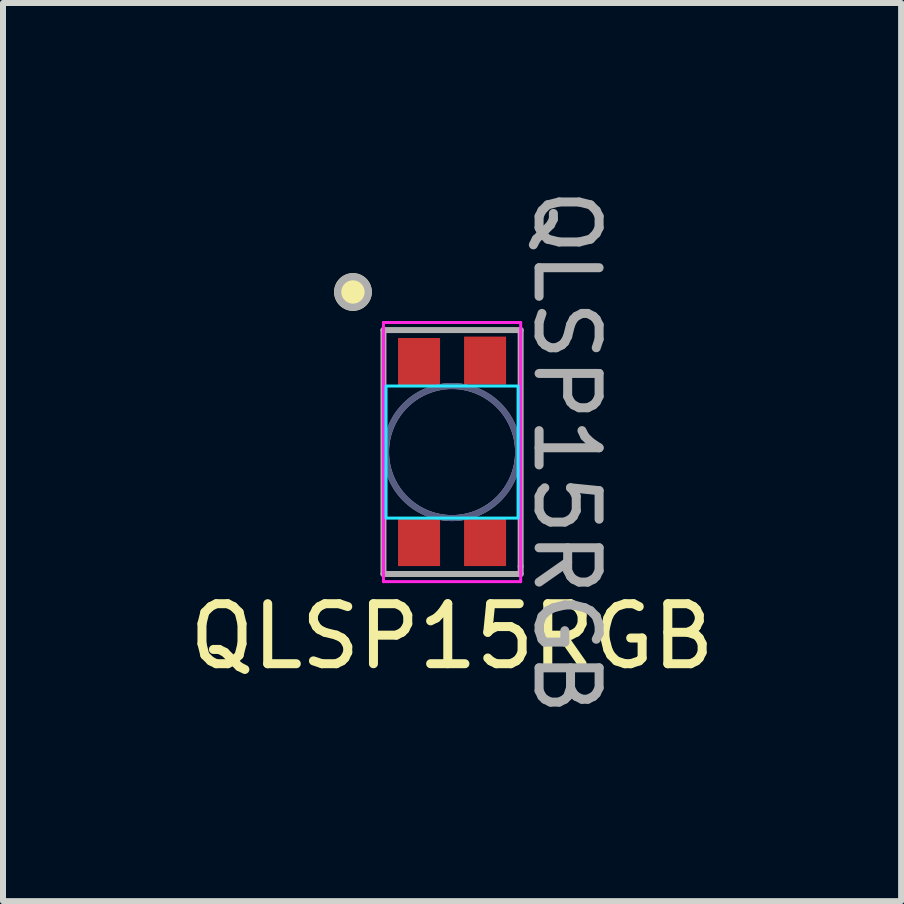
<source format=kicad_pcb>
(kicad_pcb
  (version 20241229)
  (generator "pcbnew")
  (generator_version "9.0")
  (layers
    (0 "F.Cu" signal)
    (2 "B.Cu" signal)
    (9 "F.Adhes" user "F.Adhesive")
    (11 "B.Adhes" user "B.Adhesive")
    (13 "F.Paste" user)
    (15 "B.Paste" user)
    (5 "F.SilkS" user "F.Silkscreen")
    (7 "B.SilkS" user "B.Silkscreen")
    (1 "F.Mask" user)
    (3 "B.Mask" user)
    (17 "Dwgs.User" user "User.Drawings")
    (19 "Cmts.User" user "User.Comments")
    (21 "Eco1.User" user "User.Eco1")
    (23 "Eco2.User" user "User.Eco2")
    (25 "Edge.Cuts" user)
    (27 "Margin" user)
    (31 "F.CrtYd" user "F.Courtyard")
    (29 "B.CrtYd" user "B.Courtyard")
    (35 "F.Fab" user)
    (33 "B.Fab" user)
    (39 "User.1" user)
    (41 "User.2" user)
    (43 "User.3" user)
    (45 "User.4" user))
  (footprint "QLSP15RGB"
    (layer "F.Cu")
    (at 4.482 4.482)
    (property "Reference" "QLSP15RGB" (at 0 3.072 0) (unlocked yes) (layer "F.SilkS") (effects (font (size 1 1) (thickness 0.15))))
    (attr smd)
    (fp_circle (center -1.651 -2.667) (end -1.397 -2.667) (stroke (width 0.12) (type solid)) (fill yes) (layer "F.SilkS"))
    (fp_rect (start -1.1 -1.1) (end 1.1 1.1) (stroke (width 0.05) (type default)) (fill no) (layer "B.CrtYd"))
    (fp_line (start -1.143 -2.159) (end -1.143 2.159) (stroke (width 0.05) (type default)) (layer "F.CrtYd"))
    (fp_line (start -1.143 2.159) (end 1.143 2.159) (stroke (width 0.05) (type default)) (layer "F.CrtYd"))
    (fp_line (start 1.143 -2.159) (end -1.143 -2.159) (stroke (width 0.05) (type default)) (layer "F.CrtYd"))
    (fp_line (start 1.143 2.159) (end 1.143 -2.159) (stroke (width 0.05) (type default)) (layer "F.CrtYd"))
    (fp_circle (center 0 0) (end 1.1 0) (stroke (width 0.1) (type default)) (fill no) (layer "B.Fab"))
    (fp_line (start -1.143 -2.032) (end -1.143 2.032) (stroke (width 0.1) (type default)) (layer "F.Fab"))
    (fp_line (start -1.143 -2.032) (end 1.143 -2.032) (stroke (width 0.1) (type default)) (layer "F.Fab"))
    (fp_line (start -1.143 2.032) (end 1.143 2.032) (stroke (width 0.1) (type default)) (layer "F.Fab"))
    (fp_line (start 1.016 2.032) (end -1.016 2.032) (stroke (width 0.1) (type default)) (layer "F.Fab"))
    (fp_line (start 1.143 -2.032) (end 1.143 1.905) (stroke (width 0.1) (type default)) (layer "F.Fab"))
    (fp_line (start 1.143 2.032) (end 1.143 1.905) (stroke (width 0.1) (type default)) (layer "F.Fab"))
    (fp_circle (center -1.651 -2.667) (end -1.397 -2.667) (stroke (width 0.12) (type solid)) (fill no) (layer "F.Fab"))
    (fp_circle (center 0 0) (end 1.1 0) (stroke (width 0.1) (type default)) (fill no) (layer "F.Fab"))
    (fp_text user "${REFERENCE}" (at 1.905 0 270) (unlocked yes) (layer "F.Fab") (effects (font (size 1 1) (thickness 0.15))))
    (pad "1" smd rect (at -0.55 -1.5 90) (size 0.8 0.7) (layers "F.Cu" "F.Mask" "F.Paste"))
    (pad "2" smd rect (at -0.55 1.5 90) (size 0.8 0.7) (layers "F.Cu" "F.Mask" "F.Paste"))
    (pad "3" smd rect (at 0.55 -1.524 90) (size 0.8 0.7) (layers "F.Cu" "F.Mask" "F.Paste"))
    (pad "4" smd rect (at 0.55 1.5 90) (size 0.8 0.7) (layers "F.Cu" "F.Mask" "F.Paste"))
    (zone (net_name "") (layers "F.Cu" "F.Mask" "B.Cu" "B.Mask" "F.SilkS" "B.SilkS" "F.Adhes" "B.Adhes" "F.Paste" "B.Paste" "B.CrtYd") (name "Cutout hole") (hatch edge 0.5) (connect_pads) (min_thickness 0.25) (filled_areas_thickness no) (keepout (tracks not_allowed) (vias not_allowed) (pads not_allowed) (copperpour not_allowed) (footprints not_allowed)) (placement (enabled no)) (fill) (polygon (pts (xy 3.382 3.382) (xy 5.582 3.382) (xy 5.582 5.582) (xy 3.382 5.582)))))
  (gr_rect
    (start -3 -3)
    (end 11.964 11.964)
    (stroke (width 0.1) (type default))
    (fill no)
    (layer "Edge.Cuts")))
</source>
